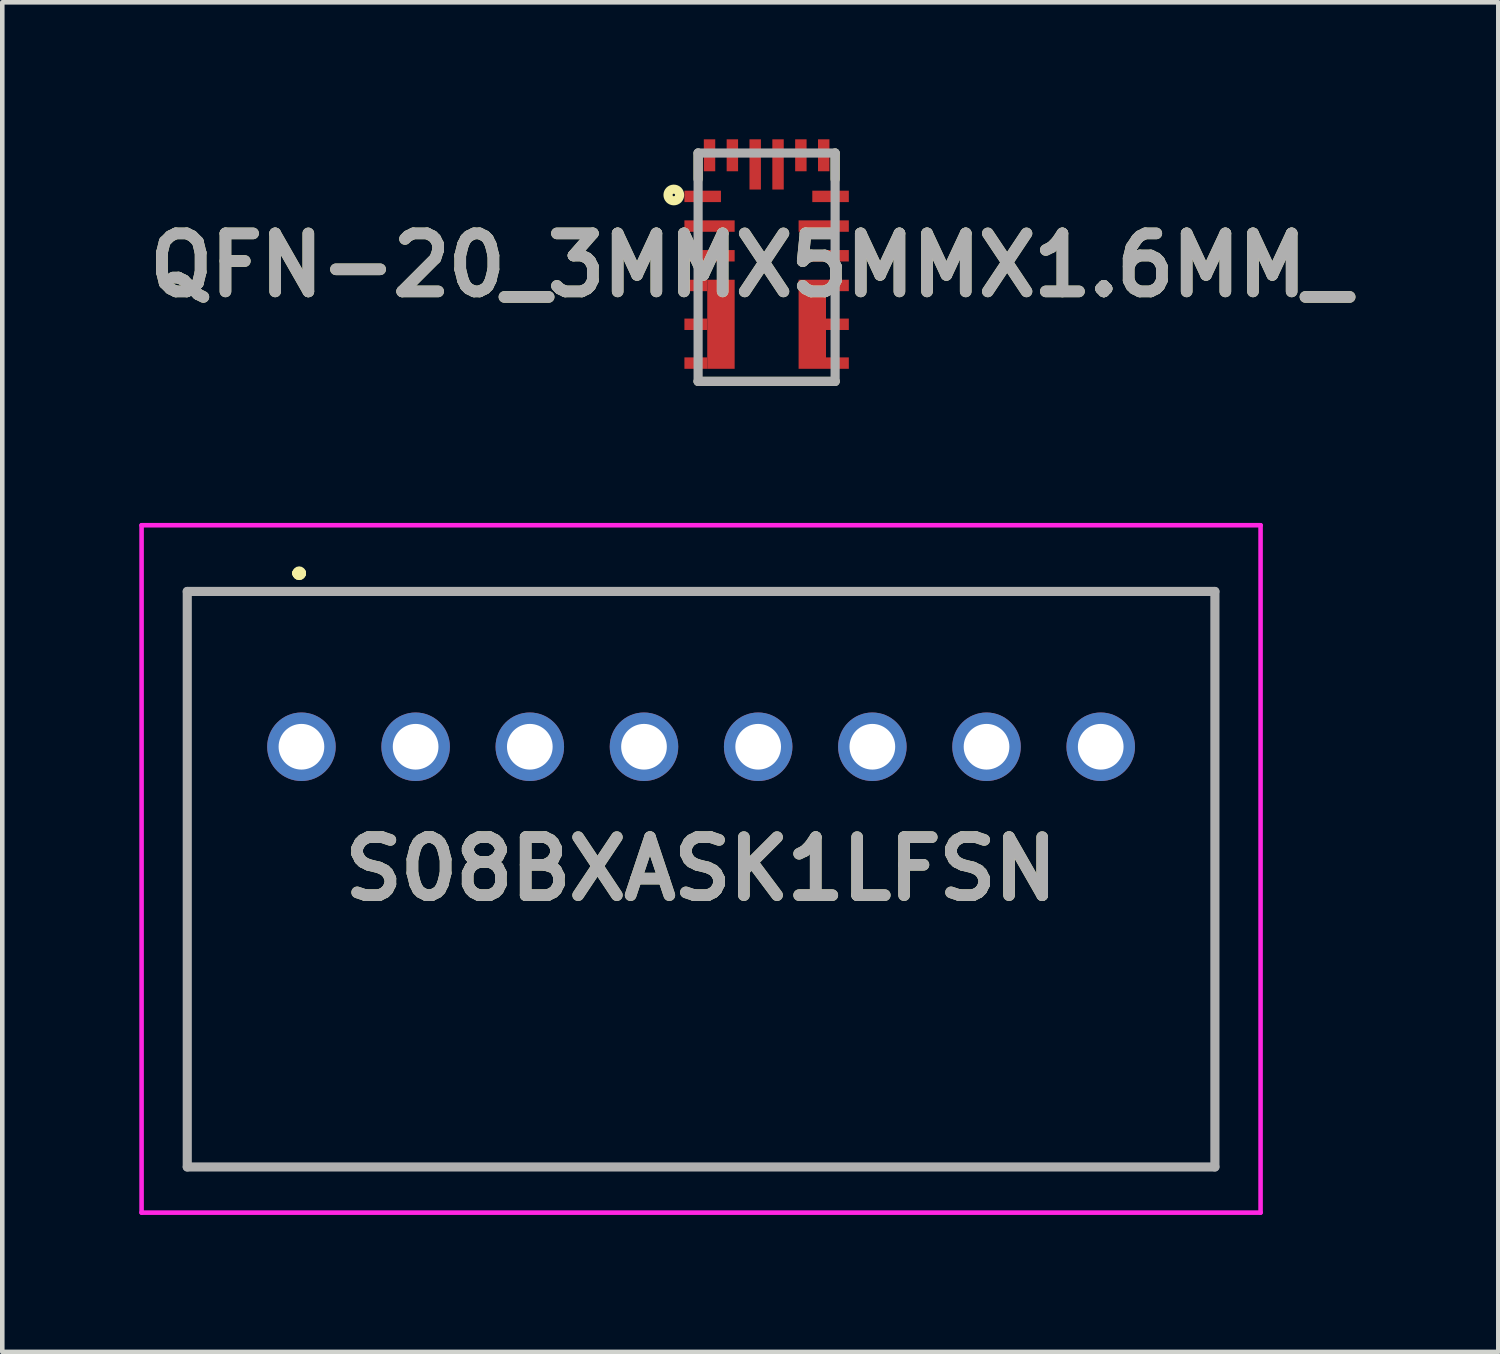
<source format=kicad_pcb>
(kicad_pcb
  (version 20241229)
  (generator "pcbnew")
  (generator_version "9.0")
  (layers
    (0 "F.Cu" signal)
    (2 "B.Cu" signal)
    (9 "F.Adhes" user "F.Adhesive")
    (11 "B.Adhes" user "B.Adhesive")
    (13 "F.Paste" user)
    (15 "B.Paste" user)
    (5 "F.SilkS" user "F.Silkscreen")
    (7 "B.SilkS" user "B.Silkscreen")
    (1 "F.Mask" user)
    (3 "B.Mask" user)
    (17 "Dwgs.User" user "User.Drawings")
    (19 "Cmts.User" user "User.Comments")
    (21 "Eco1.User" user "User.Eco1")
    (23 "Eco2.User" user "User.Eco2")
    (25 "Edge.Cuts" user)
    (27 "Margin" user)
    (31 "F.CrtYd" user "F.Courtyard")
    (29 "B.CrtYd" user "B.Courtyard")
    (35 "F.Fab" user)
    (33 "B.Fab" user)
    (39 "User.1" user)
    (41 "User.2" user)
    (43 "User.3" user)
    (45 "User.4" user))
  (footprint "S08BXASK1LFSN"
    (layer "F.Cu")
    (at 3.55 13.3)
    (property "Reference" "S08BXASK1LFSN" (at 8.75 2.675 0) (layer "F.SilkS") (effects (font (size 1.27 1.27) (thickness 0.254))))
    (attr through_hole)
    (fp_line (start -2.5 -3.4) (end 20 -3.4) (stroke (width 0.1) (type solid)) (layer "F.SilkS"))
    (fp_line (start -2.5 9.2) (end -2.5 -3.4) (stroke (width 0.1) (type solid)) (layer "F.SilkS"))
    (fp_line (start -0.1 -3.8) (end -0.1 -3.8) (stroke (width 0.2) (type solid)) (layer "F.SilkS"))
    (fp_line (start -0.1 -3.8) (end -0.1 -3.8) (stroke (width 0.2) (type solid)) (layer "F.SilkS"))
    (fp_line (start 0 -3.8) (end 0 -3.8) (stroke (width 0.2) (type solid)) (layer "F.SilkS"))
    (fp_line (start 20 -3.4) (end 20 9.2) (stroke (width 0.1) (type solid)) (layer "F.SilkS"))
    (fp_line (start 20 9.2) (end -2.5 9.2) (stroke (width 0.1) (type solid)) (layer "F.SilkS"))
    (fp_arc (start -0.1 -3.8) (mid -0.05 -3.85) (end 0 -3.8) (stroke (width 0.2) (type solid)) (layer "F.SilkS"))
    (fp_arc (start 0 -3.8) (mid -0.05 -3.75) (end -0.1 -3.8) (stroke (width 0.2) (type solid)) (layer "F.SilkS"))
    (fp_arc (start 0 -3.8) (mid -0.05 -3.75) (end -0.1 -3.8) (stroke (width 0.2) (type solid)) (layer "F.SilkS"))
    (fp_line (start -3.5 -4.85) (end 21 -4.85) (stroke (width 0.1) (type solid)) (layer "F.CrtYd"))
    (fp_line (start -3.5 10.2) (end -3.5 -4.85) (stroke (width 0.1) (type solid)) (layer "F.CrtYd"))
    (fp_line (start 21 -4.85) (end 21 10.2) (stroke (width 0.1) (type solid)) (layer "F.CrtYd"))
    (fp_line (start 21 10.2) (end -3.5 10.2) (stroke (width 0.1) (type solid)) (layer "F.CrtYd"))
    (fp_line (start -2.5 -3.4) (end -2.5 9.2) (stroke (width 0.2) (type solid)) (layer "F.Fab"))
    (fp_line (start -2.5 9.2) (end 20 9.2) (stroke (width 0.2) (type solid)) (layer "F.Fab"))
    (fp_line (start 20 -3.4) (end -2.5 -3.4) (stroke (width 0.2) (type solid)) (layer "F.Fab"))
    (fp_line (start 20 9.2) (end 20 -3.4) (stroke (width 0.2) (type solid)) (layer "F.Fab"))
    (fp_text user "${REFERENCE}" (at 8.75 2.675 0) (layer "F.Fab") (effects (font (size 1.27 1.27) (thickness 0.254))))
    (pad "" np_thru_hole circle (at 8.75 6.5) (size 0.001 0.001) (drill 3.511) (layers "*.Cu" "*.Mask"))
    (pad "1" thru_hole circle (at 0 0) (size 1.5 1.5) (drill 1) (layers "*.Cu" "*.Mask"))
    (pad "2" thru_hole circle (at 2.5 0) (size 1.5 1.5) (drill 1) (layers "*.Cu" "*.Mask"))
    (pad "3" thru_hole circle (at 5 0) (size 1.5 1.5) (drill 1) (layers "*.Cu" "*.Mask"))
    (pad "4" thru_hole circle (at 7.5 0) (size 1.5 1.5) (drill 1) (layers "*.Cu" "*.Mask"))
    (pad "5" thru_hole circle (at 10 0) (size 1.5 1.5) (drill 1) (layers "*.Cu" "*.Mask"))
    (pad "6" thru_hole circle (at 12.5 0) (size 1.5 1.5) (drill 1) (layers "*.Cu" "*.Mask"))
    (pad "7" thru_hole circle (at 15 0) (size 1.5 1.5) (drill 1) (layers "*.Cu" "*.Mask"))
    (pad "8" thru_hole circle (at 17.5 0) (size 1.5 1.5) (drill 1) (layers "*.Cu" "*.Mask")))
  (footprint "QFN-20_3MMX5MMX1.6MM_"
    (layer "F.Cu")
    (at 13.735 2.8)
    (property "Reference" "QFN-20_3MMX5MMX1.6MM_" (at -0.358 -0.044 0) (layer "F.SilkS") (effects (font (size 1.27 1.27) (thickness 0.254))))
    (attr smd)
    (fp_line (start -1.5 -2.5) (end -1.5 -1.925) (stroke (width 0.2) (type solid)) (layer "F.SilkS"))
    (fp_line (start -1.5 2.5) (end 1.5 2.5) (stroke (width 0.2) (type solid)) (layer "F.SilkS"))
    (fp_line (start 1.5 -2.5) (end 1.5 -1.925) (stroke (width 0.2) (type solid)) (layer "F.SilkS"))
    (fp_circle (center -2.032 -1.581) (end -2.032 -1.554) (stroke (width 0.2) (type solid)) (fill no) (layer "F.SilkS"))
    (fp_line (start -1.5 -2.5) (end 1.5 -2.5) (stroke (width 0.2) (type solid)) (layer "F.Fab"))
    (fp_line (start -1.5 2.5) (end -1.5 -2.5) (stroke (width 0.2) (type solid)) (layer "F.Fab"))
    (fp_line (start 1.5 -2.5) (end 1.5 2.5) (stroke (width 0.2) (type solid)) (layer "F.Fab"))
    (fp_line (start 1.5 2.5) (end -1.5 2.5) (stroke (width 0.2) (type solid)) (layer "F.Fab"))
    (fp_text user "${REFERENCE}" (at -0.358 -0.044 0) (layer "F.Fab") (effects (font (size 1.27 1.27) (thickness 0.254))))
    (pad "1" smd rect (at -1.4 -1.55 90) (size 0.25 0.8) (layers "F.Cu" "F.Mask" "F.Paste"))
    (pad "2" smd rect (at -1.25 -0.9 90) (size 0.25 1.1) (layers "F.Cu" "F.Mask" "F.Paste"))
    (pad "3" smd rect (at -1.25 -0.25 90) (size 0.25 1.1) (layers "F.Cu" "F.Mask" "F.Paste"))
    (pad "4" smd rect (at -1.55 0.4 90) (size 0.25 0.5) (layers "F.Cu" "F.Mask" "F.Paste"))
    (pad "5" smd rect (at -1.55 1.25 90) (size 0.25 0.5) (layers "F.Cu" "F.Mask" "F.Paste"))
    (pad "6" smd rect (at -1.55 2.1 90) (size 0.25 0.5) (layers "F.Cu" "F.Mask" "F.Paste"))
    (pad "7" smd rect (at 1.55 2.1 90) (size 0.25 0.5) (layers "F.Cu" "F.Mask" "F.Paste"))
    (pad "8" smd rect (at 1.55 1.25 90) (size 0.25 0.5) (layers "F.Cu" "F.Mask" "F.Paste"))
    (pad "9" smd rect (at 1.55 0.4 90) (size 0.25 0.5) (layers "F.Cu" "F.Mask" "F.Paste"))
    (pad "10" smd rect (at 1.25 -0.25 90) (size 0.25 1.1) (layers "F.Cu" "F.Mask" "F.Paste"))
    (pad "11" smd rect (at 1.25 -0.9 90) (size 0.25 1.1) (layers "F.Cu" "F.Mask" "F.Paste"))
    (pad "12" smd rect (at 1.4 -1.55 90) (size 0.25 0.8) (layers "F.Cu" "F.Mask" "F.Paste"))
    (pad "13" smd rect (at 1.25 -2.45) (size 0.25 0.7) (layers "F.Cu" "F.Mask" "F.Paste"))
    (pad "14" smd rect (at 0.75 -2.45) (size 0.25 0.7) (layers "F.Cu" "F.Mask" "F.Paste"))
    (pad "15" smd rect (at 0.25 -2.25) (size 0.25 1.1) (layers "F.Cu" "F.Mask" "F.Paste"))
    (pad "16" smd rect (at -0.25 -2.25) (size 0.25 1.1) (layers "F.Cu" "F.Mask" "F.Paste"))
    (pad "17" smd rect (at -0.75 -2.45) (size 0.25 0.7) (layers "F.Cu" "F.Mask" "F.Paste"))
    (pad "18" smd rect (at -1.25 -2.45) (size 0.25 0.7) (layers "F.Cu" "F.Mask" "F.Paste"))
    (pad "19" smd rect (at -1 1.25) (size 0.6 1.95) (layers "F.Cu" "F.Mask" "F.Paste"))
    (pad "20" smd rect (at 1 1.25) (size 0.6 1.95) (layers "F.Cu" "F.Mask" "F.Paste")))
  (gr_rect
    (start -3 -3)
    (end 29.755 26.55)
    (stroke (width 0.1) (type default))
    (fill no)
    (layer "Edge.Cuts")))
</source>
